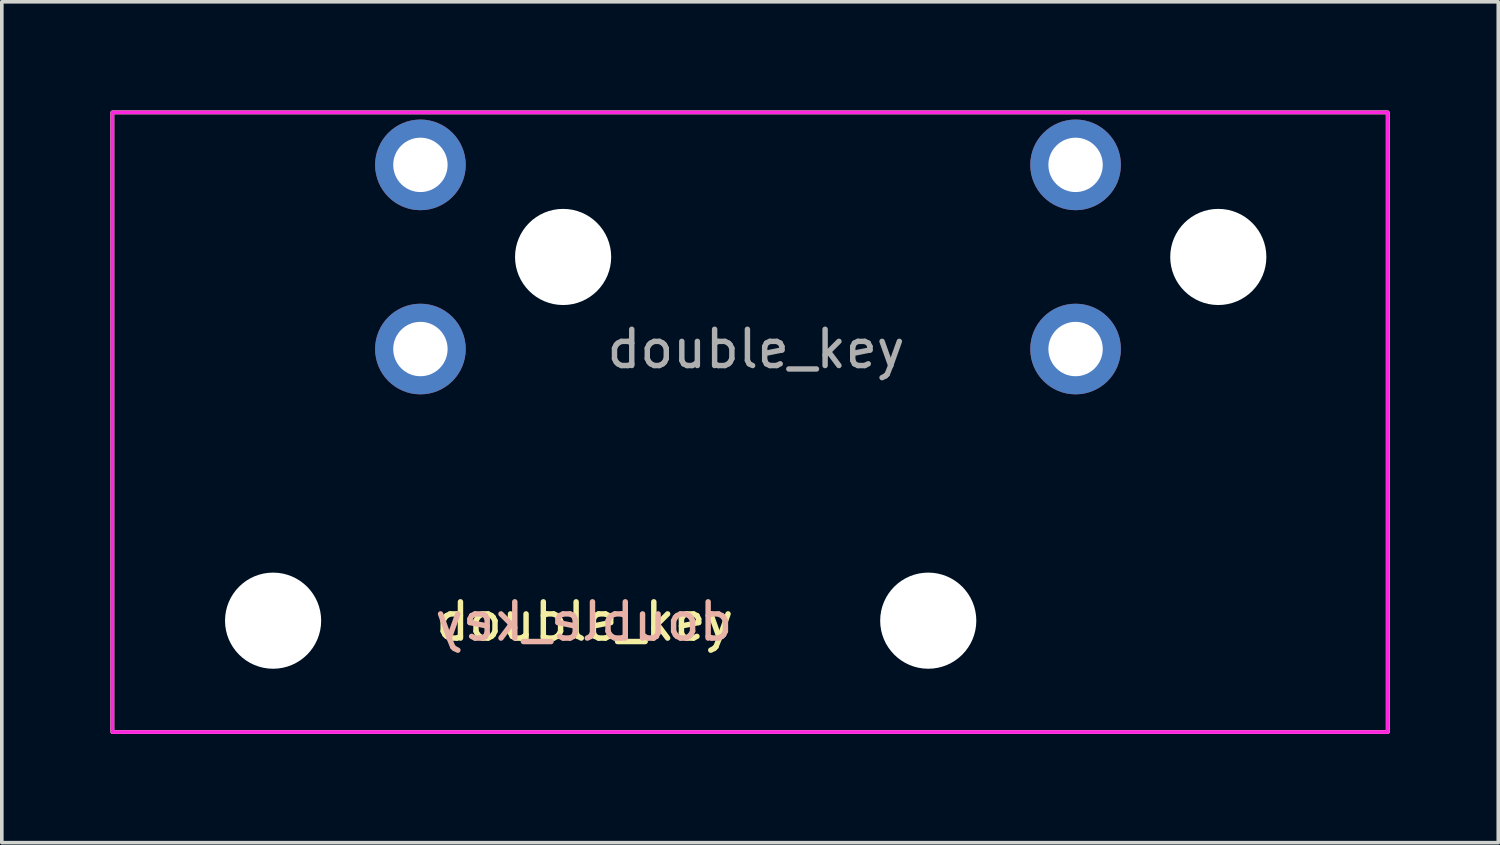
<source format=kicad_pcb>
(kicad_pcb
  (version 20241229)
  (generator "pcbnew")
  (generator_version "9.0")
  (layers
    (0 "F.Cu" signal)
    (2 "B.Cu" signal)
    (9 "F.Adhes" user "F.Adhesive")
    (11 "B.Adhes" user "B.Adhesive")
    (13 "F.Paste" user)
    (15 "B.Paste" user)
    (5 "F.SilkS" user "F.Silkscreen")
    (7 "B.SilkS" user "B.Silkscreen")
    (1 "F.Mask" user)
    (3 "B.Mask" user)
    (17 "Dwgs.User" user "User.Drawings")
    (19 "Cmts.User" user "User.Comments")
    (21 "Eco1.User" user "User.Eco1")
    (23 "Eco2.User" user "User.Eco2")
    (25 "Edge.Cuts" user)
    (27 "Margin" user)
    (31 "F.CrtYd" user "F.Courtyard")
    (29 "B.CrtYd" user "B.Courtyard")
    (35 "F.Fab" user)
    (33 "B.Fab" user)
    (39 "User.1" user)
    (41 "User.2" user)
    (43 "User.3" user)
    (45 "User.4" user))
  (footprint "double_key"
    (layer "F.Cu")
    (at 8.483 8.61)
    (property "Reference" "double_key" (at 9.322 -2.032 0) (unlocked yes) (layer "F.Fab") (effects (font (size 1 1) (thickness 0.15))))
    (attr through_hole)
    (fp_rect (start -8.433 -8.56) (end 26.746 8.534) (stroke (width 0.1) (type default)) (fill no) (layer "F.SilkS"))
    (fp_rect (start -8.433 -8.56) (end 26.746 8.534) (stroke (width 0.1) (type default)) (fill no) (layer "B.SilkS"))
    (fp_rect (start -8.433 -8.56) (end 26.746 8.534) (stroke (width 0.1) (type default)) (fill no) (layer "F.CrtYd"))
    (fp_text user "${REFERENCE}" (at 4.597 5.486 0) (unlocked yes) (layer "F.SilkS") (effects (font (size 1 1) (thickness 0.15))))
    (fp_text user "${REFERENCE}" (at 4.572 5.486 0) (unlocked yes) (layer "B.SilkS") (effects (font (size 1 1) (thickness 0.15)) (justify mirror)))
    (pad "" np_thru_hole circle (at -4 5.461) (size 2.652 2.652) (drill 3.1) (layers "*.Cu" "*.Mask"))
    (pad "" np_thru_hole circle (at 4 -4.572) (size 2.652 2.652) (drill 3.1) (layers "*.Cu" "*.Mask"))
    (pad "" np_thru_hole circle (at 14.072 5.461) (size 2.652 2.652) (drill 3.1) (layers "*.Cu" "*.Mask"))
    (pad "" np_thru_hole circle (at 22.073 -4.572) (size 2.652 2.652) (drill 3.1) (layers "*.Cu" "*.Mask"))
    (pad "1" thru_hole circle (at 0.064 -2.032) (size 2.5 2.5) (drill 1.5) (layers "*.Cu" "*.Mask"))
    (pad "1" thru_hole circle (at 18.136 -2.032) (size 2.5 2.5) (drill 1.5) (layers "*.Cu" "*.Mask"))
    (pad "2" thru_hole circle (at 0.064 -7.112) (size 2.5 2.5) (drill 1.5) (layers "*.Cu" "*.Mask"))
    (pad "2" thru_hole circle (at 18.136 -7.112) (size 2.5 2.5) (drill 1.5) (layers "*.Cu" "*.Mask")))
  (gr_rect
    (start -3 -3)
    (end 38.279 20.194)
    (stroke (width 0.1) (type default))
    (fill no)
    (layer "Edge.Cuts")))
</source>
